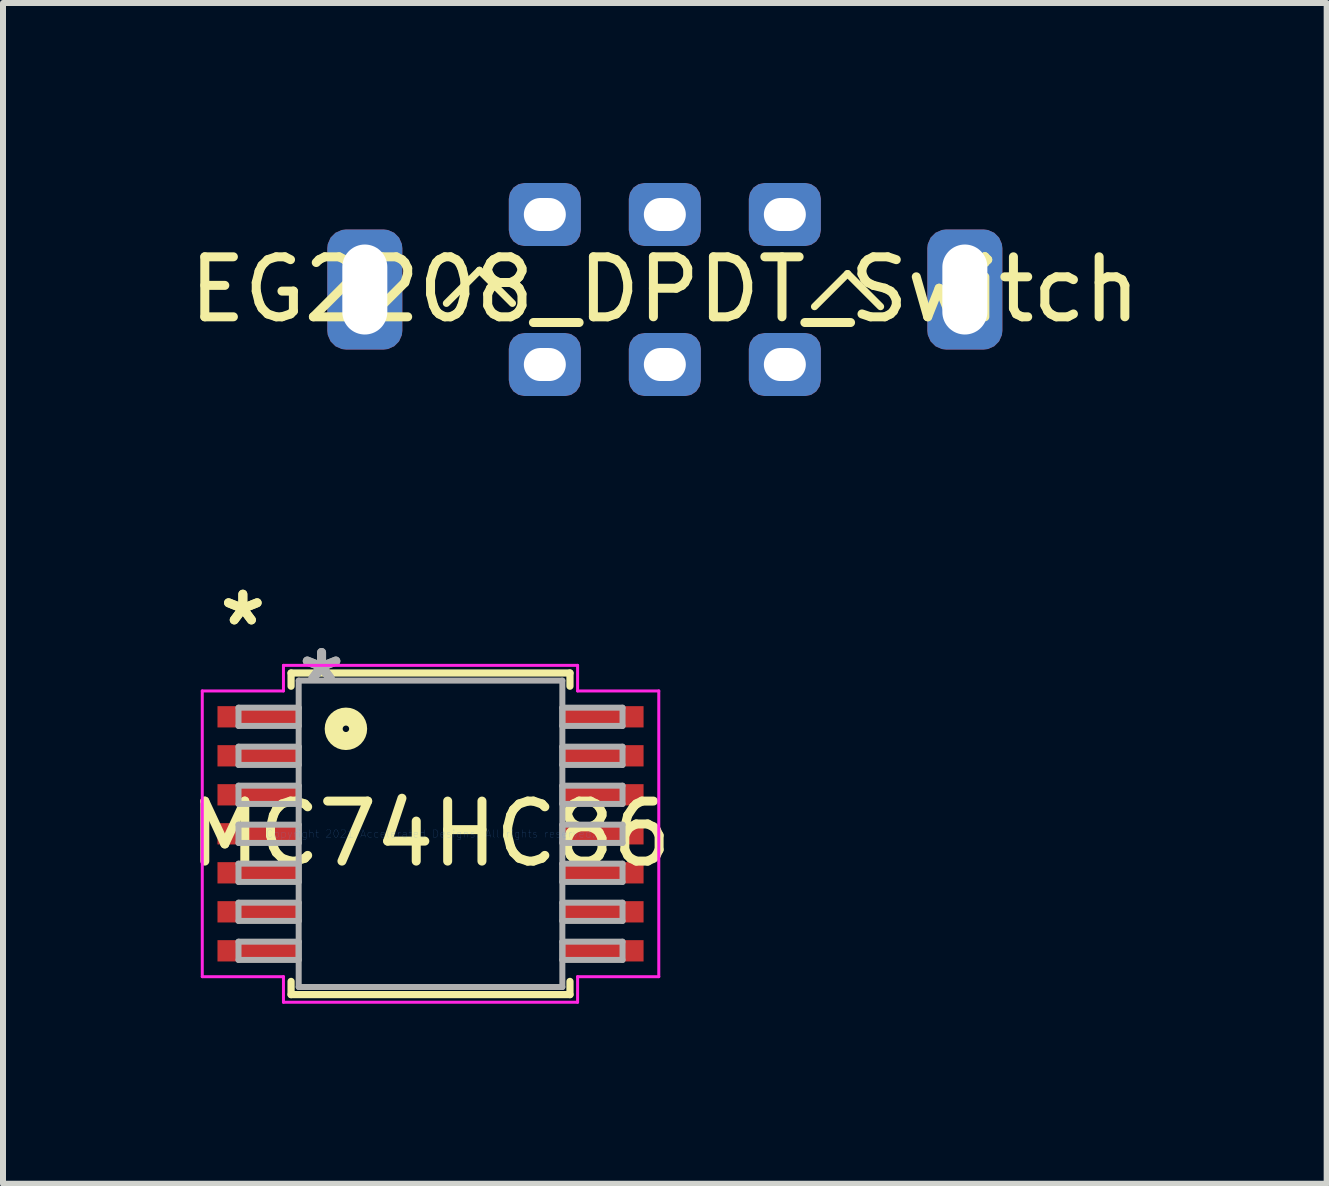
<source format=kicad_pcb>
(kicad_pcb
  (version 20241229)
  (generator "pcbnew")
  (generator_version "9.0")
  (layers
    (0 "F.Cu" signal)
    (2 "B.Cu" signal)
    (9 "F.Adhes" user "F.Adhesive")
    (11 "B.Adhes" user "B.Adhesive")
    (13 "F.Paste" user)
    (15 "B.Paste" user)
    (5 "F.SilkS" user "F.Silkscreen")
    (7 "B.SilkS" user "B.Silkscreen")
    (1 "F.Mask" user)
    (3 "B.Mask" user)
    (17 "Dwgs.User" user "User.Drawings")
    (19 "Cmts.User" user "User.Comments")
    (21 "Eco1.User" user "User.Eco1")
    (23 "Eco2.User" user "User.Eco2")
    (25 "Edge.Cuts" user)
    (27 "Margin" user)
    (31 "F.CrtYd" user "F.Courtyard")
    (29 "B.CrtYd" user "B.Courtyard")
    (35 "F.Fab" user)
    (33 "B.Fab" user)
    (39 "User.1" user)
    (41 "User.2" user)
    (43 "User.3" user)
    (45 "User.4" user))
  (footprint "EG2208_DPDT_Switch"
    (layer "F.Cu")
    (at 8.03 1.775)
    (property "Reference" "EG2208_DPDT_Switch" (at 0 0 0) (unlocked yes) (layer "F.SilkS") (effects (font (size 1 1) (thickness 0.15))))
    (attr through_hole)
    (fp_line (start -3.64 0.23) (end -3.09 -0.32) (stroke (width 0.12) (type solid)) (layer "F.SilkS"))
    (fp_line (start -3.09 -0.32) (end -2.54 0.23) (stroke (width 0.12) (type solid)) (layer "F.SilkS"))
    (fp_line (start 2.495 0.285) (end 3.045 -0.265) (stroke (width 0.12) (type solid)) (layer "F.SilkS"))
    (fp_line (start 3.045 -0.265) (end 3.595 0.285) (stroke (width 0.12) (type solid)) (layer "F.SilkS"))
    (pad "1" thru_hole roundrect (at 2 1.25 180) (size 1.2 1.05) (drill oval 0.7 0.55) (layers "*.Cu" "*.Mask") (roundrect_rratio 0.25))
    (pad "2" thru_hole roundrect (at 0 1.25 180) (size 1.2 1.05) (drill oval 0.7 0.55) (layers "*.Cu" "*.Mask") (roundrect_rratio 0.25))
    (pad "3" thru_hole roundrect (at -2 1.25 180) (size 1.2 1.05) (drill oval 0.7 0.55) (layers "*.Cu" "*.Mask") (roundrect_rratio 0.25))
    (pad "4" thru_hole roundrect (at 2 -1.25 180) (size 1.2 1.05) (drill oval 0.7 0.55) (layers "*.Cu" "*.Mask") (roundrect_rratio 0.25))
    (pad "5" thru_hole roundrect (at 0 -1.25 180) (size 1.2 1.05) (drill oval 0.7 0.55) (layers "*.Cu" "*.Mask") (roundrect_rratio 0.25))
    (pad "6" thru_hole roundrect (at -2 -1.25 180) (size 1.2 1.05) (drill oval 0.7 0.55) (layers "*.Cu" "*.Mask") (roundrect_rratio 0.25))
    (pad "7" thru_hole roundrect (at 5 0) (size 1.25 2) (drill oval 0.75 1.5) (layers "*.Cu" "*.Mask") (roundrect_rratio 0.25))
    (pad "8" thru_hole roundrect (at -5 0) (size 1.25 2) (drill oval 0.75 1.5) (layers "*.Cu" "*.Mask") (roundrect_rratio 0.25)))
  (footprint "MC74HC86"
    (layer "F.Cu")
    (at 4.125 10.846)
    (property "Reference" "MC74HC86" (at 0 0 0) (layer "F.SilkS") (effects (font (size 1 1) (thickness 0.15))))
    (attr through_hole)
    (fp_line (start -2.324 -2.68) (end -2.324 -2.46) (stroke (width 0.12) (type solid)) (layer "F.SilkS"))
    (fp_line (start -2.324 2.46) (end -2.324 2.68) (stroke (width 0.12) (type solid)) (layer "F.SilkS"))
    (fp_line (start -2.324 2.68) (end 2.324 2.68) (stroke (width 0.12) (type solid)) (layer "F.SilkS"))
    (fp_line (start 2.324 -2.68) (end -2.324 -2.68) (stroke (width 0.12) (type solid)) (layer "F.SilkS"))
    (fp_line (start 2.324 -2.46) (end 2.324 -2.68) (stroke (width 0.12) (type solid)) (layer "F.SilkS"))
    (fp_line (start 2.324 2.68) (end 2.324 2.46) (stroke (width 0.12) (type solid)) (layer "F.SilkS"))
    (fp_circle (center -1.41 -1.75) (end -1.36 -1.73) (stroke (width 0.3) (type solid)) (fill no) (layer "F.SilkS"))
    (fp_line (start -3.804 -2.381) (end -2.451 -2.381) (stroke (width 0.05) (type solid)) (layer "F.CrtYd"))
    (fp_line (start -3.804 2.381) (end -3.804 -2.381) (stroke (width 0.05) (type solid)) (layer "F.CrtYd"))
    (fp_line (start -2.451 -2.807) (end 2.451 -2.807) (stroke (width 0.05) (type solid)) (layer "F.CrtYd"))
    (fp_line (start -2.451 -2.381) (end -2.451 -2.807) (stroke (width 0.05) (type solid)) (layer "F.CrtYd"))
    (fp_line (start -2.451 2.381) (end -3.804 2.381) (stroke (width 0.05) (type solid)) (layer "F.CrtYd"))
    (fp_line (start -2.451 2.807) (end -2.451 2.381) (stroke (width 0.05) (type solid)) (layer "F.CrtYd"))
    (fp_line (start 2.451 -2.807) (end 2.451 -2.381) (stroke (width 0.05) (type solid)) (layer "F.CrtYd"))
    (fp_line (start 2.451 -2.381) (end 3.804 -2.381) (stroke (width 0.05) (type solid)) (layer "F.CrtYd"))
    (fp_line (start 2.451 2.381) (end 2.451 2.807) (stroke (width 0.05) (type solid)) (layer "F.CrtYd"))
    (fp_line (start 2.451 2.807) (end -2.451 2.807) (stroke (width 0.05) (type solid)) (layer "F.CrtYd"))
    (fp_line (start 3.804 -2.381) (end 3.804 2.381) (stroke (width 0.05) (type solid)) (layer "F.CrtYd"))
    (fp_line (start 3.804 2.381) (end 2.451 2.381) (stroke (width 0.05) (type solid)) (layer "F.CrtYd"))
    (fp_line (start -3.2 -2.102) (end -3.2 -1.798) (stroke (width 0.1) (type solid)) (layer "F.Fab"))
    (fp_line (start -3.2 -1.798) (end -2.197 -1.798) (stroke (width 0.1) (type solid)) (layer "F.Fab"))
    (fp_line (start -3.2 -1.452) (end -3.2 -1.148) (stroke (width 0.1) (type solid)) (layer "F.Fab"))
    (fp_line (start -3.2 -1.148) (end -2.197 -1.148) (stroke (width 0.1) (type solid)) (layer "F.Fab"))
    (fp_line (start -3.2 -0.802) (end -3.2 -0.498) (stroke (width 0.1) (type solid)) (layer "F.Fab"))
    (fp_line (start -3.2 -0.498) (end -2.197 -0.498) (stroke (width 0.1) (type solid)) (layer "F.Fab"))
    (fp_line (start -3.2 -0.152) (end -3.2 0.152) (stroke (width 0.1) (type solid)) (layer "F.Fab"))
    (fp_line (start -3.2 0.152) (end -2.197 0.152) (stroke (width 0.1) (type solid)) (layer "F.Fab"))
    (fp_line (start -3.2 0.498) (end -3.2 0.802) (stroke (width 0.1) (type solid)) (layer "F.Fab"))
    (fp_line (start -3.2 0.802) (end -2.197 0.802) (stroke (width 0.1) (type solid)) (layer "F.Fab"))
    (fp_line (start -3.2 1.148) (end -3.2 1.452) (stroke (width 0.1) (type solid)) (layer "F.Fab"))
    (fp_line (start -3.2 1.452) (end -2.197 1.452) (stroke (width 0.1) (type solid)) (layer "F.Fab"))
    (fp_line (start -3.2 1.798) (end -3.2 2.102) (stroke (width 0.1) (type solid)) (layer "F.Fab"))
    (fp_line (start -3.2 2.102) (end -2.197 2.102) (stroke (width 0.1) (type solid)) (layer "F.Fab"))
    (fp_line (start -2.197 -2.553) (end -2.197 2.553) (stroke (width 0.1) (type solid)) (layer "F.Fab"))
    (fp_line (start -2.197 -2.102) (end -3.2 -2.102) (stroke (width 0.1) (type solid)) (layer "F.Fab"))
    (fp_line (start -2.197 -1.798) (end -2.197 -2.102) (stroke (width 0.1) (type solid)) (layer "F.Fab"))
    (fp_line (start -2.197 -1.452) (end -3.2 -1.452) (stroke (width 0.1) (type solid)) (layer "F.Fab"))
    (fp_line (start -2.197 -1.148) (end -2.197 -1.452) (stroke (width 0.1) (type solid)) (layer "F.Fab"))
    (fp_line (start -2.197 -0.802) (end -3.2 -0.802) (stroke (width 0.1) (type solid)) (layer "F.Fab"))
    (fp_line (start -2.197 -0.498) (end -2.197 -0.802) (stroke (width 0.1) (type solid)) (layer "F.Fab"))
    (fp_line (start -2.197 -0.152) (end -3.2 -0.152) (stroke (width 0.1) (type solid)) (layer "F.Fab"))
    (fp_line (start -2.197 0.152) (end -2.197 -0.152) (stroke (width 0.1) (type solid)) (layer "F.Fab"))
    (fp_line (start -2.197 0.498) (end -3.2 0.498) (stroke (width 0.1) (type solid)) (layer "F.Fab"))
    (fp_line (start -2.197 0.802) (end -2.197 0.498) (stroke (width 0.1) (type solid)) (layer "F.Fab"))
    (fp_line (start -2.197 1.148) (end -3.2 1.148) (stroke (width 0.1) (type solid)) (layer "F.Fab"))
    (fp_line (start -2.197 1.452) (end -2.197 1.148) (stroke (width 0.1) (type solid)) (layer "F.Fab"))
    (fp_line (start -2.197 1.798) (end -3.2 1.798) (stroke (width 0.1) (type solid)) (layer "F.Fab"))
    (fp_line (start -2.197 2.102) (end -2.197 1.798) (stroke (width 0.1) (type solid)) (layer "F.Fab"))
    (fp_line (start -2.197 2.553) (end 2.197 2.553) (stroke (width 0.1) (type solid)) (layer "F.Fab"))
    (fp_line (start 2.197 -2.553) (end -2.197 -2.553) (stroke (width 0.1) (type solid)) (layer "F.Fab"))
    (fp_line (start 2.197 -2.102) (end 2.197 -1.798) (stroke (width 0.1) (type solid)) (layer "F.Fab"))
    (fp_line (start 2.197 -1.798) (end 3.2 -1.798) (stroke (width 0.1) (type solid)) (layer "F.Fab"))
    (fp_line (start 2.197 -1.452) (end 2.197 -1.148) (stroke (width 0.1) (type solid)) (layer "F.Fab"))
    (fp_line (start 2.197 -1.148) (end 3.2 -1.148) (stroke (width 0.1) (type solid)) (layer "F.Fab"))
    (fp_line (start 2.197 -0.802) (end 2.197 -0.498) (stroke (width 0.1) (type solid)) (layer "F.Fab"))
    (fp_line (start 2.197 -0.498) (end 3.2 -0.498) (stroke (width 0.1) (type solid)) (layer "F.Fab"))
    (fp_line (start 2.197 -0.152) (end 2.197 0.152) (stroke (width 0.1) (type solid)) (layer "F.Fab"))
    (fp_line (start 2.197 0.152) (end 3.2 0.152) (stroke (width 0.1) (type solid)) (layer "F.Fab"))
    (fp_line (start 2.197 0.498) (end 2.197 0.802) (stroke (width 0.1) (type solid)) (layer "F.Fab"))
    (fp_line (start 2.197 0.802) (end 3.2 0.802) (stroke (width 0.1) (type solid)) (layer "F.Fab"))
    (fp_line (start 2.197 1.148) (end 2.197 1.452) (stroke (width 0.1) (type solid)) (layer "F.Fab"))
    (fp_line (start 2.197 1.452) (end 3.2 1.452) (stroke (width 0.1) (type solid)) (layer "F.Fab"))
    (fp_line (start 2.197 1.798) (end 2.197 2.102) (stroke (width 0.1) (type solid)) (layer "F.Fab"))
    (fp_line (start 2.197 2.102) (end 3.2 2.102) (stroke (width 0.1) (type solid)) (layer "F.Fab"))
    (fp_line (start 2.197 2.553) (end 2.197 -2.553) (stroke (width 0.1) (type solid)) (layer "F.Fab"))
    (fp_line (start 3.2 -2.102) (end 2.197 -2.102) (stroke (width 0.1) (type solid)) (layer "F.Fab"))
    (fp_line (start 3.2 -1.798) (end 3.2 -2.102) (stroke (width 0.1) (type solid)) (layer "F.Fab"))
    (fp_line (start 3.2 -1.452) (end 2.197 -1.452) (stroke (width 0.1) (type solid)) (layer "F.Fab"))
    (fp_line (start 3.2 -1.148) (end 3.2 -1.452) (stroke (width 0.1) (type solid)) (layer "F.Fab"))
    (fp_line (start 3.2 -0.802) (end 2.197 -0.802) (stroke (width 0.1) (type solid)) (layer "F.Fab"))
    (fp_line (start 3.2 -0.498) (end 3.2 -0.802) (stroke (width 0.1) (type solid)) (layer "F.Fab"))
    (fp_line (start 3.2 -0.152) (end 2.197 -0.152) (stroke (width 0.1) (type solid)) (layer "F.Fab"))
    (fp_line (start 3.2 0.152) (end 3.2 -0.152) (stroke (width 0.1) (type solid)) (layer "F.Fab"))
    (fp_line (start 3.2 0.498) (end 2.197 0.498) (stroke (width 0.1) (type solid)) (layer "F.Fab"))
    (fp_line (start 3.2 0.802) (end 3.2 0.498) (stroke (width 0.1) (type solid)) (layer "F.Fab"))
    (fp_line (start 3.2 1.148) (end 2.197 1.148) (stroke (width 0.1) (type solid)) (layer "F.Fab"))
    (fp_line (start 3.2 1.452) (end 3.2 1.148) (stroke (width 0.1) (type solid)) (layer "F.Fab"))
    (fp_line (start 3.2 1.798) (end 2.197 1.798) (stroke (width 0.1) (type solid)) (layer "F.Fab"))
    (fp_line (start 3.2 2.102) (end 3.2 1.798) (stroke (width 0.1) (type solid)) (layer "F.Fab"))
    (fp_text user "*" (at -3.128 -3.448 0) (layer "F.SilkS") (effects (font (size 1 1) (thickness 0.15))))
    (fp_text user "*" (at -3.128 -3.448 0) (layer "F.SilkS") (effects (font (size 1 1) (thickness 0.15))))
    (fp_text user "Copyright 2021 Accelerated Designs. All rights reserved." (at 0 0 0) (layer "Cmts.User") (effects (font (size 0.127 0.127) (thickness 0.002))))
    (fp_text user "*" (at -1.816 -2.477 0) (layer "F.Fab") (effects (font (size 1 1) (thickness 0.15))))
    (fp_text user "*" (at -1.816 -2.477 0) (layer "F.Fab") (effects (font (size 1 1) (thickness 0.15))))
    (pad "1" smd rect (at -2.874 -1.95) (size 1.353 0.355) (layers "F.Cu" "F.Mask" "F.Paste"))
    (pad "2" smd rect (at -2.874 -1.3) (size 1.353 0.355) (layers "F.Cu" "F.Mask" "F.Paste"))
    (pad "3" smd rect (at -2.874 -0.65) (size 1.353 0.355) (layers "F.Cu" "F.Mask" "F.Paste"))
    (pad "4" smd rect (at -2.874 0) (size 1.353 0.355) (layers "F.Cu" "F.Mask" "F.Paste"))
    (pad "5" smd rect (at -2.874 0.65) (size 1.353 0.355) (layers "F.Cu" "F.Mask" "F.Paste"))
    (pad "6" smd rect (at -2.874 1.3) (size 1.353 0.355) (layers "F.Cu" "F.Mask" "F.Paste"))
    (pad "7" smd rect (at -2.874 1.95) (size 1.353 0.355) (layers "F.Cu" "F.Mask" "F.Paste"))
    (pad "8" smd rect (at 2.874 1.95) (size 1.353 0.355) (layers "F.Cu" "F.Mask" "F.Paste"))
    (pad "9" smd rect (at 2.874 1.3) (size 1.353 0.355) (layers "F.Cu" "F.Mask" "F.Paste"))
    (pad "10" smd rect (at 2.874 0.65) (size 1.353 0.355) (layers "F.Cu" "F.Mask" "F.Paste"))
    (pad "11" smd rect (at 2.874 0) (size 1.353 0.355) (layers "F.Cu" "F.Mask" "F.Paste"))
    (pad "12" smd rect (at 2.874 -0.65) (size 1.353 0.355) (layers "F.Cu" "F.Mask" "F.Paste"))
    (pad "13" smd rect (at 2.874 -1.3) (size 1.353 0.355) (layers "F.Cu" "F.Mask" "F.Paste"))
    (pad "14" smd rect (at 2.874 -1.95) (size 1.353 0.355) (layers "F.Cu" "F.Mask" "F.Paste")))
  (gr_rect
    (start -3 -3)
    (end 19.06 16.678)
    (stroke (width 0.1) (type default))
    (fill no)
    (layer "Edge.Cuts")))
</source>
